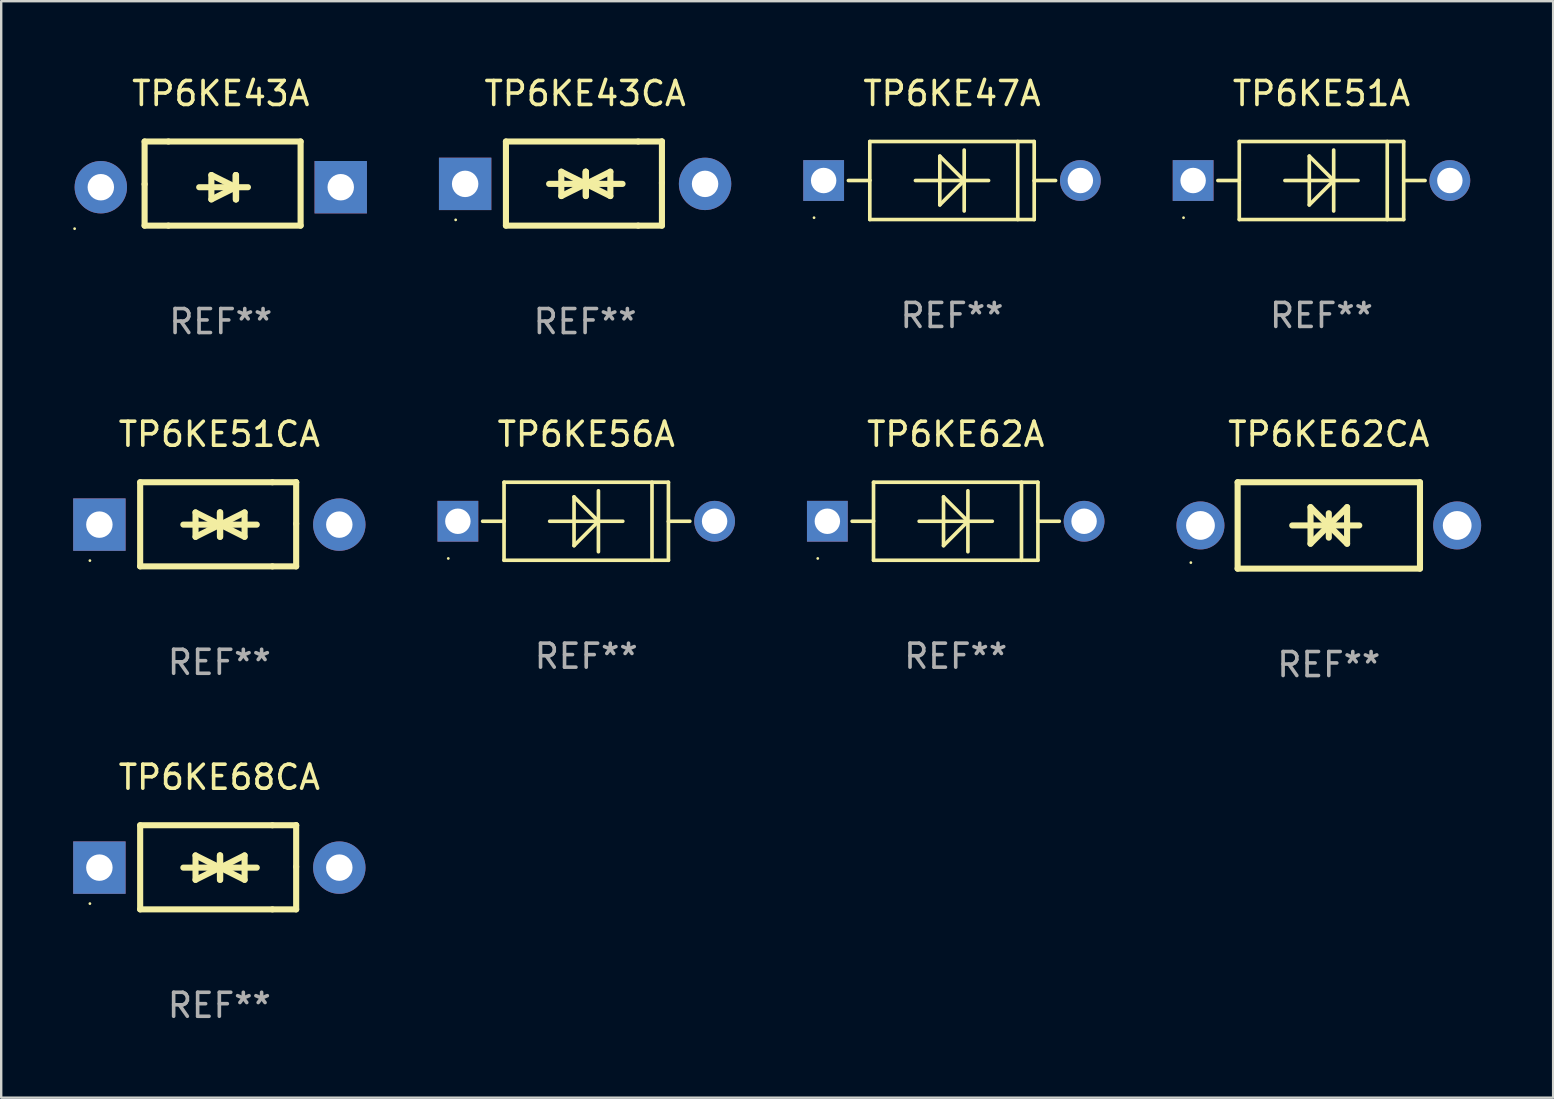
<source format=kicad_pcb>
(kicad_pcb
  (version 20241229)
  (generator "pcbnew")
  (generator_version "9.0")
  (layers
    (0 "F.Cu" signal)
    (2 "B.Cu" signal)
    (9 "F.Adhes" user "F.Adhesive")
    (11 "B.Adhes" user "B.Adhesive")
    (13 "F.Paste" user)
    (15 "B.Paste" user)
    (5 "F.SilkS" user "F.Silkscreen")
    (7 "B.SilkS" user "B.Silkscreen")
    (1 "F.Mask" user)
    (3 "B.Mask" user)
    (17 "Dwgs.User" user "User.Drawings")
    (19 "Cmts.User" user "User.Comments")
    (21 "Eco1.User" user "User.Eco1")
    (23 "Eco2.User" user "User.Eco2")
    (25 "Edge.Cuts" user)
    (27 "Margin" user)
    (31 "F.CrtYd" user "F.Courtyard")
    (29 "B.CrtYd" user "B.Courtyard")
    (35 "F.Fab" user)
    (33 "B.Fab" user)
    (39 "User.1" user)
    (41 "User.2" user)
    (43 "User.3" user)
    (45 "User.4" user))
  (footprint "TP6KE43CA"
    (layer "F.Cu")
    (at 21.337 4.601)
    (property "Reference" "TP6KE43CA" (at 0 -3.753 0) (layer "F.SilkS") (effects (font (size 1 1) (thickness 0.15))))
    (attr through_hole)
    (fp_line (start -3.3 -1.753) (end 2.212 -1.753) (stroke (width 0.254) (type solid)) (layer "F.SilkS"))
    (fp_line (start -3.3 1.753) (end -3.3 -1.753) (stroke (width 0.254) (type solid)) (layer "F.SilkS"))
    (fp_line (start -1.5 0.013) (end 0.532 0.013) (stroke (width 0.254) (type solid)) (layer "F.SilkS"))
    (fp_line (start -0.992 -0.495) (end -0.992 0.521) (stroke (width 0.254) (type solid)) (layer "F.SilkS"))
    (fp_line (start -0.992 0.521) (end 0.024 0.013) (stroke (width 0.254) (type solid)) (layer "F.SilkS"))
    (fp_line (start 0.024 -0.495) (end 0.024 0.521) (stroke (width 0.254) (type solid)) (layer "F.SilkS"))
    (fp_line (start 0.024 0.013) (end -0.992 -0.495) (stroke (width 0.254) (type solid)) (layer "F.SilkS"))
    (fp_line (start 0.024 0.013) (end 0.024 -0.495) (stroke (width 0.254) (type solid)) (layer "F.SilkS"))
    (fp_line (start 0.036 0.013) (end 1.052 0.521) (stroke (width 0.254) (type solid)) (layer "F.SilkS"))
    (fp_line (start 0.036 0.521) (end 0.036 -0.495) (stroke (width 0.254) (type solid)) (layer "F.SilkS"))
    (fp_line (start 1.052 -0.495) (end 0.036 0.013) (stroke (width 0.254) (type solid)) (layer "F.SilkS"))
    (fp_line (start 1.052 0.521) (end 1.052 -0.495) (stroke (width 0.254) (type solid)) (layer "F.SilkS"))
    (fp_line (start 1.56 0.013) (end -0.472 0.013) (stroke (width 0.254) (type solid)) (layer "F.SilkS"))
    (fp_line (start 2.212 -1.753) (end 3.202 -1.753) (stroke (width 0.254) (type solid)) (layer "F.SilkS"))
    (fp_line (start 2.212 1.753) (end -3.3 1.753) (stroke (width 0.254) (type solid)) (layer "F.SilkS"))
    (fp_line (start 3.202 -1.753) (end 3.202 -1.753) (stroke (width 0.254) (type solid)) (layer "F.SilkS"))
    (fp_line (start 3.202 -1.753) (end 3.202 -0.025) (stroke (width 0.254) (type solid)) (layer "F.SilkS"))
    (fp_line (start 3.202 -0.025) (end 3.202 1.753) (stroke (width 0.254) (type solid)) (layer "F.SilkS"))
    (fp_line (start 3.202 1.753) (end 2.212 1.753) (stroke (width 0.254) (type solid)) (layer "F.SilkS"))
    (fp_circle (center -5.395 1.513) (end -5.365 1.513) (stroke (width 0.06) (type solid)) (fill no) (layer "F.SilkS"))
    (fp_text user "REF**" (at 0 5.753 0) (layer "F.Fab") (effects (font (size 1 1) (thickness 0.15))))
    (pad "1" thru_hole rect (at -5 0.013 180) (size 2.184 2.184) (drill 1.102) (layers "*.Cu" "*.Mask"))
    (pad "2" thru_hole circle (at 5 0.013) (size 2.184 2.184) (drill 1.102) (layers "*.Cu" "*.Mask")))
  (footprint "TP6KE51A"
    (layer "F.Cu")
    (at 52.029 4.474)
    (property "Reference" "TP6KE51A" (at 0 -3.626 0) (layer "F.SilkS") (effects (font (size 1 1) (thickness 0.15))))
    (attr through_hole)
    (fp_line (start -3.436 0) (end -4.318 0) (stroke (width 0.152) (type solid)) (layer "F.SilkS"))
    (fp_line (start -3.426 -0.01) (end -3.436 0) (stroke (width 0.152) (type solid)) (layer "F.SilkS"))
    (fp_line (start -3.426 -1.626) (end 3.426 -1.626) (stroke (width 0.152) (type solid)) (layer "F.SilkS"))
    (fp_line (start -3.426 1.626) (end -3.426 -1.626) (stroke (width 0.152) (type solid)) (layer "F.SilkS"))
    (fp_line (start -0.508 -1.016) (end 0.508 0) (stroke (width 0.152) (type solid)) (layer "F.SilkS"))
    (fp_line (start -0.508 1.016) (end -0.508 -1.016) (stroke (width 0.152) (type solid)) (layer "F.SilkS"))
    (fp_line (start 0.508 0) (end -0.508 1.016) (stroke (width 0.152) (type solid)) (layer "F.SilkS"))
    (fp_line (start 0.508 1.27) (end 0.508 -1.27) (stroke (width 0.152) (type solid)) (layer "F.SilkS"))
    (fp_line (start 1.524 0) (end -1.524 0) (stroke (width 0.152) (type solid)) (layer "F.SilkS"))
    (fp_line (start 2.741 1.626) (end 2.741 -1.626) (stroke (width 0.152) (type solid)) (layer "F.SilkS"))
    (fp_line (start 3.426 -1.626) (end 3.426 1.626) (stroke (width 0.152) (type solid)) (layer "F.SilkS"))
    (fp_line (start 3.426 0.01) (end 3.436 0) (stroke (width 0.152) (type solid)) (layer "F.SilkS"))
    (fp_line (start 3.426 1.626) (end -3.426 1.626) (stroke (width 0.152) (type solid)) (layer "F.SilkS"))
    (fp_line (start 3.436 0) (end 4.318 0) (stroke (width 0.152) (type solid)) (layer "F.SilkS"))
    (fp_circle (center -5.75 1.55) (end -5.72 1.55) (stroke (width 0.06) (type solid)) (fill no) (layer "F.SilkS"))
    (fp_text user "REF**" (at 0 5.626 0) (layer "F.Fab") (effects (font (size 1 1) (thickness 0.15))))
    (pad "1" thru_hole rect (at -5.35 0) (size 1.7 1.7) (drill 1.06) (layers "*.Cu" "*.Mask"))
    (pad "2" thru_hole circle (at 5.35 0) (size 1.7 1.7) (drill 1.06) (layers "*.Cu" "*.Mask")))
  (footprint "TP6KE56A"
    (layer "F.Cu")
    (at 21.384 18.676)
    (property "Reference" "TP6KE56A" (at 0 -3.626 0) (layer "F.SilkS") (effects (font (size 1 1) (thickness 0.15))))
    (attr through_hole)
    (fp_line (start -3.436 0) (end -4.318 0) (stroke (width 0.152) (type solid)) (layer "F.SilkS"))
    (fp_line (start -3.426 -0.01) (end -3.436 0) (stroke (width 0.152) (type solid)) (layer "F.SilkS"))
    (fp_line (start -3.426 -1.626) (end 3.426 -1.626) (stroke (width 0.152) (type solid)) (layer "F.SilkS"))
    (fp_line (start -3.426 1.626) (end -3.426 -1.626) (stroke (width 0.152) (type solid)) (layer "F.SilkS"))
    (fp_line (start -0.508 -1.016) (end 0.508 0) (stroke (width 0.152) (type solid)) (layer "F.SilkS"))
    (fp_line (start -0.508 1.016) (end -0.508 -1.016) (stroke (width 0.152) (type solid)) (layer "F.SilkS"))
    (fp_line (start 0.508 0) (end -0.508 1.016) (stroke (width 0.152) (type solid)) (layer "F.SilkS"))
    (fp_line (start 0.508 1.27) (end 0.508 -1.27) (stroke (width 0.152) (type solid)) (layer "F.SilkS"))
    (fp_line (start 1.524 0) (end -1.524 0) (stroke (width 0.152) (type solid)) (layer "F.SilkS"))
    (fp_line (start 2.741 1.626) (end 2.741 -1.626) (stroke (width 0.152) (type solid)) (layer "F.SilkS"))
    (fp_line (start 3.426 -1.626) (end 3.426 1.626) (stroke (width 0.152) (type solid)) (layer "F.SilkS"))
    (fp_line (start 3.426 0.01) (end 3.436 0) (stroke (width 0.152) (type solid)) (layer "F.SilkS"))
    (fp_line (start 3.426 1.626) (end -3.426 1.626) (stroke (width 0.152) (type solid)) (layer "F.SilkS"))
    (fp_line (start 3.436 0) (end 4.318 0) (stroke (width 0.152) (type solid)) (layer "F.SilkS"))
    (fp_circle (center -5.75 1.55) (end -5.72 1.55) (stroke (width 0.06) (type solid)) (fill no) (layer "F.SilkS"))
    (fp_text user "REF**" (at 0 5.626 0) (layer "F.Fab") (effects (font (size 1 1) (thickness 0.15))))
    (pad "1" thru_hole rect (at -5.35 0) (size 1.7 1.7) (drill 1.06) (layers "*.Cu" "*.Mask"))
    (pad "2" thru_hole circle (at 5.35 0) (size 1.7 1.7) (drill 1.06) (layers "*.Cu" "*.Mask")))
  (footprint "TP6KE62CA"
    (layer "F.Cu")
    (at 52.334 18.85)
    (property "Reference" "TP6KE62CA" (at 0 -3.8 0) (layer "F.SilkS") (effects (font (size 1 1) (thickness 0.15))))
    (attr through_hole)
    (fp_line (start -3.8 -1.8) (end -3.8 1.8) (stroke (width 0.254) (type solid)) (layer "F.SilkS"))
    (fp_line (start -3.8 -1.8) (end 3.8 -1.8) (stroke (width 0.254) (type solid)) (layer "F.SilkS"))
    (fp_line (start -3.8 1.8) (end 3.8 1.8) (stroke (width 0.254) (type solid)) (layer "F.SilkS"))
    (fp_line (start -1.524 0) (end 1.27 0) (stroke (width 0.254) (type solid)) (layer "F.SilkS"))
    (fp_line (start -0.762 -0.762) (end 0.762 0.762) (stroke (width 0.254) (type solid)) (layer "F.SilkS"))
    (fp_line (start -0.762 0.762) (end -0.762 -0.762) (stroke (width 0.254) (type solid)) (layer "F.SilkS"))
    (fp_line (start 0 -0.508) (end 0 0.508) (stroke (width 0.254) (type solid)) (layer "F.SilkS"))
    (fp_line (start 0.762 -0.762) (end -0.762 0.762) (stroke (width 0.254) (type solid)) (layer "F.SilkS"))
    (fp_line (start 0.762 0.762) (end 0.762 -0.762) (stroke (width 0.254) (type solid)) (layer "F.SilkS"))
    (fp_line (start 3.8 -1.8) (end 3.8 1.8) (stroke (width 0.254) (type solid)) (layer "F.SilkS"))
    (fp_circle (center -5.75 1.55) (end -5.72 1.55) (stroke (width 0.06) (type solid)) (fill no) (layer "F.SilkS"))
    (fp_text user "REF**" (at 0 5.8 0) (layer "F.Fab") (effects (font (size 1 1) (thickness 0.15))))
    (pad "1" thru_hole circle (at -5.35 0) (size 2 2) (drill 1.2) (layers "*.Cu" "*.Mask"))
    (pad "2" thru_hole circle (at 5.35 0) (size 2 2) (drill 1.2) (layers "*.Cu" "*.Mask")))
  (footprint "TP6KE47A"
    (layer "F.Cu")
    (at 36.629 4.474)
    (property "Reference" "TP6KE47A" (at 0 -3.626 0) (layer "F.SilkS") (effects (font (size 1 1) (thickness 0.15))))
    (attr through_hole)
    (fp_line (start -3.436 0) (end -4.318 0) (stroke (width 0.152) (type solid)) (layer "F.SilkS"))
    (fp_line (start -3.426 -0.01) (end -3.436 0) (stroke (width 0.152) (type solid)) (layer "F.SilkS"))
    (fp_line (start -3.426 -1.626) (end 3.426 -1.626) (stroke (width 0.152) (type solid)) (layer "F.SilkS"))
    (fp_line (start -3.426 1.626) (end -3.426 -1.626) (stroke (width 0.152) (type solid)) (layer "F.SilkS"))
    (fp_line (start -0.508 -1.016) (end 0.508 0) (stroke (width 0.152) (type solid)) (layer "F.SilkS"))
    (fp_line (start -0.508 1.016) (end -0.508 -1.016) (stroke (width 0.152) (type solid)) (layer "F.SilkS"))
    (fp_line (start 0.508 0) (end -0.508 1.016) (stroke (width 0.152) (type solid)) (layer "F.SilkS"))
    (fp_line (start 0.508 1.27) (end 0.508 -1.27) (stroke (width 0.152) (type solid)) (layer "F.SilkS"))
    (fp_line (start 1.524 0) (end -1.524 0) (stroke (width 0.152) (type solid)) (layer "F.SilkS"))
    (fp_line (start 2.741 1.626) (end 2.741 -1.626) (stroke (width 0.152) (type solid)) (layer "F.SilkS"))
    (fp_line (start 3.426 -1.626) (end 3.426 1.626) (stroke (width 0.152) (type solid)) (layer "F.SilkS"))
    (fp_line (start 3.426 0.01) (end 3.436 0) (stroke (width 0.152) (type solid)) (layer "F.SilkS"))
    (fp_line (start 3.426 1.626) (end -3.426 1.626) (stroke (width 0.152) (type solid)) (layer "F.SilkS"))
    (fp_line (start 3.436 0) (end 4.318 0) (stroke (width 0.152) (type solid)) (layer "F.SilkS"))
    (fp_circle (center -5.75 1.55) (end -5.72 1.55) (stroke (width 0.06) (type solid)) (fill no) (layer "F.SilkS"))
    (fp_text user "REF**" (at 0 5.626 0) (layer "F.Fab") (effects (font (size 1 1) (thickness 0.15))))
    (pad "1" thru_hole rect (at -5.35 0) (size 1.7 1.7) (drill 1.06) (layers "*.Cu" "*.Mask"))
    (pad "2" thru_hole circle (at 5.35 0) (size 1.7 1.7) (drill 1.06) (layers "*.Cu" "*.Mask")))
  (footprint "TP6KE43A"
    (layer "F.Cu")
    (at 6.152 4.601)
    (property "Reference" "TP6KE43A" (at 0 -3.753 0) (layer "F.SilkS") (effects (font (size 1 1) (thickness 0.15))))
    (attr through_hole)
    (fp_line (start -3.175 -1.753) (end -2.184 -1.753) (stroke (width 0.254) (type solid)) (layer "F.SilkS"))
    (fp_line (start -3.175 0.025) (end -3.175 -1.753) (stroke (width 0.254) (type solid)) (layer "F.SilkS"))
    (fp_line (start -3.175 1.753) (end -3.175 0.025) (stroke (width 0.254) (type solid)) (layer "F.SilkS"))
    (fp_line (start -2.184 -1.753) (end 3.327 -1.753) (stroke (width 0.254) (type solid)) (layer "F.SilkS"))
    (fp_line (start -2.184 1.753) (end -3.175 1.753) (stroke (width 0.254) (type solid)) (layer "F.SilkS"))
    (fp_line (start -0.9 0.152) (end 1.132 0.152) (stroke (width 0.254) (type solid)) (layer "F.SilkS"))
    (fp_line (start -0.392 -0.356) (end -0.392 0.66) (stroke (width 0.254) (type solid)) (layer "F.SilkS"))
    (fp_line (start -0.392 0.66) (end 0.624 0.152) (stroke (width 0.254) (type solid)) (layer "F.SilkS"))
    (fp_line (start 0.624 -0.356) (end 0.624 0.66) (stroke (width 0.254) (type solid)) (layer "F.SilkS"))
    (fp_line (start 0.624 0.152) (end -0.392 -0.356) (stroke (width 0.254) (type solid)) (layer "F.SilkS"))
    (fp_line (start 0.624 0.152) (end 0.624 -0.356) (stroke (width 0.254) (type solid)) (layer "F.SilkS"))
    (fp_line (start 0.636 0.152) (end 0.636 0.66) (stroke (width 0.254) (type solid)) (layer "F.SilkS"))
    (fp_line (start 0.636 0.66) (end 0.636 -0.356) (stroke (width 0.254) (type solid)) (layer "F.SilkS"))
    (fp_line (start 3.327 -1.753) (end 3.327 1.753) (stroke (width 0.254) (type solid)) (layer "F.SilkS"))
    (fp_line (start 3.327 1.753) (end -2.184 1.753) (stroke (width 0.254) (type solid)) (layer "F.SilkS"))
    (fp_circle (center -6.092 1.88) (end -6.062 1.88) (stroke (width 0.06) (type solid)) (fill no) (layer "F.SilkS"))
    (fp_text user "REF**" (at 0 5.753 0) (layer "F.Fab") (effects (font (size 1 1) (thickness 0.15))))
    (pad "1" thru_hole circle (at -5 0.152) (size 2.184 2.184) (drill 1.102) (layers "*.Cu" "*.Mask"))
    (pad "2" thru_hole rect (at 5 0.152) (size 2.184 2.184) (drill 1.102) (layers "*.Cu" "*.Mask")))
  (footprint "TP6KE68CA"
    (layer "F.Cu")
    (at 6.092 33.099)
    (property "Reference" "TP6KE68CA" (at 0 -3.753 0) (layer "F.SilkS") (effects (font (size 1 1) (thickness 0.15))))
    (attr through_hole)
    (fp_line (start -3.3 -1.753) (end 2.212 -1.753) (stroke (width 0.254) (type solid)) (layer "F.SilkS"))
    (fp_line (start -3.3 1.753) (end -3.3 -1.753) (stroke (width 0.254) (type solid)) (layer "F.SilkS"))
    (fp_line (start -1.5 0.013) (end 0.532 0.013) (stroke (width 0.254) (type solid)) (layer "F.SilkS"))
    (fp_line (start -0.992 -0.495) (end -0.992 0.521) (stroke (width 0.254) (type solid)) (layer "F.SilkS"))
    (fp_line (start -0.992 0.521) (end 0.024 0.013) (stroke (width 0.254) (type solid)) (layer "F.SilkS"))
    (fp_line (start 0.024 -0.495) (end 0.024 0.521) (stroke (width 0.254) (type solid)) (layer "F.SilkS"))
    (fp_line (start 0.024 0.013) (end -0.992 -0.495) (stroke (width 0.254) (type solid)) (layer "F.SilkS"))
    (fp_line (start 0.024 0.013) (end 0.024 -0.495) (stroke (width 0.254) (type solid)) (layer "F.SilkS"))
    (fp_line (start 0.036 0.013) (end 1.052 0.521) (stroke (width 0.254) (type solid)) (layer "F.SilkS"))
    (fp_line (start 0.036 0.521) (end 0.036 -0.495) (stroke (width 0.254) (type solid)) (layer "F.SilkS"))
    (fp_line (start 1.052 -0.495) (end 0.036 0.013) (stroke (width 0.254) (type solid)) (layer "F.SilkS"))
    (fp_line (start 1.052 0.521) (end 1.052 -0.495) (stroke (width 0.254) (type solid)) (layer "F.SilkS"))
    (fp_line (start 1.56 0.013) (end -0.472 0.013) (stroke (width 0.254) (type solid)) (layer "F.SilkS"))
    (fp_line (start 2.212 -1.753) (end 3.202 -1.753) (stroke (width 0.254) (type solid)) (layer "F.SilkS"))
    (fp_line (start 2.212 1.753) (end -3.3 1.753) (stroke (width 0.254) (type solid)) (layer "F.SilkS"))
    (fp_line (start 3.202 -1.753) (end 3.202 -1.753) (stroke (width 0.254) (type solid)) (layer "F.SilkS"))
    (fp_line (start 3.202 -1.753) (end 3.202 -0.025) (stroke (width 0.254) (type solid)) (layer "F.SilkS"))
    (fp_line (start 3.202 -0.025) (end 3.202 1.753) (stroke (width 0.254) (type solid)) (layer "F.SilkS"))
    (fp_line (start 3.202 1.753) (end 2.212 1.753) (stroke (width 0.254) (type solid)) (layer "F.SilkS"))
    (fp_circle (center -5.395 1.513) (end -5.365 1.513) (stroke (width 0.06) (type solid)) (fill no) (layer "F.SilkS"))
    (fp_text user "REF**" (at 0 5.753 0) (layer "F.Fab") (effects (font (size 1 1) (thickness 0.15))))
    (pad "1" thru_hole rect (at -5 0.013 180) (size 2.184 2.184) (drill 1.102) (layers "*.Cu" "*.Mask"))
    (pad "2" thru_hole circle (at 5 0.013) (size 2.184 2.184) (drill 1.102) (layers "*.Cu" "*.Mask")))
  (footprint "TP6KE62A"
    (layer "F.Cu")
    (at 36.784 18.676)
    (property "Reference" "TP6KE62A" (at 0 -3.626 0) (layer "F.SilkS") (effects (font (size 1 1) (thickness 0.15))))
    (attr through_hole)
    (fp_line (start -3.436 0) (end -4.318 0) (stroke (width 0.152) (type solid)) (layer "F.SilkS"))
    (fp_line (start -3.426 -0.01) (end -3.436 0) (stroke (width 0.152) (type solid)) (layer "F.SilkS"))
    (fp_line (start -3.426 -1.626) (end 3.426 -1.626) (stroke (width 0.152) (type solid)) (layer "F.SilkS"))
    (fp_line (start -3.426 1.626) (end -3.426 -1.626) (stroke (width 0.152) (type solid)) (layer "F.SilkS"))
    (fp_line (start -0.508 -1.016) (end 0.508 0) (stroke (width 0.152) (type solid)) (layer "F.SilkS"))
    (fp_line (start -0.508 1.016) (end -0.508 -1.016) (stroke (width 0.152) (type solid)) (layer "F.SilkS"))
    (fp_line (start 0.508 0) (end -0.508 1.016) (stroke (width 0.152) (type solid)) (layer "F.SilkS"))
    (fp_line (start 0.508 1.27) (end 0.508 -1.27) (stroke (width 0.152) (type solid)) (layer "F.SilkS"))
    (fp_line (start 1.524 0) (end -1.524 0) (stroke (width 0.152) (type solid)) (layer "F.SilkS"))
    (fp_line (start 2.741 1.626) (end 2.741 -1.626) (stroke (width 0.152) (type solid)) (layer "F.SilkS"))
    (fp_line (start 3.426 -1.626) (end 3.426 1.626) (stroke (width 0.152) (type solid)) (layer "F.SilkS"))
    (fp_line (start 3.426 0.01) (end 3.436 0) (stroke (width 0.152) (type solid)) (layer "F.SilkS"))
    (fp_line (start 3.426 1.626) (end -3.426 1.626) (stroke (width 0.152) (type solid)) (layer "F.SilkS"))
    (fp_line (start 3.436 0) (end 4.318 0) (stroke (width 0.152) (type solid)) (layer "F.SilkS"))
    (fp_circle (center -5.75 1.55) (end -5.72 1.55) (stroke (width 0.06) (type solid)) (fill no) (layer "F.SilkS"))
    (fp_text user "REF**" (at 0 5.626 0) (layer "F.Fab") (effects (font (size 1 1) (thickness 0.15))))
    (pad "1" thru_hole rect (at -5.35 0) (size 1.7 1.7) (drill 1.06) (layers "*.Cu" "*.Mask"))
    (pad "2" thru_hole circle (at 5.35 0) (size 1.7 1.7) (drill 1.06) (layers "*.Cu" "*.Mask")))
  (footprint "TP6KE51CA"
    (layer "F.Cu")
    (at 6.092 18.803)
    (property "Reference" "TP6KE51CA" (at 0 -3.753 0) (layer "F.SilkS") (effects (font (size 1 1) (thickness 0.15))))
    (attr through_hole)
    (fp_line (start -3.3 -1.753) (end 2.212 -1.753) (stroke (width 0.254) (type solid)) (layer "F.SilkS"))
    (fp_line (start -3.3 1.753) (end -3.3 -1.753) (stroke (width 0.254) (type solid)) (layer "F.SilkS"))
    (fp_line (start -1.5 0.013) (end 0.532 0.013) (stroke (width 0.254) (type solid)) (layer "F.SilkS"))
    (fp_line (start -0.992 -0.495) (end -0.992 0.521) (stroke (width 0.254) (type solid)) (layer "F.SilkS"))
    (fp_line (start -0.992 0.521) (end 0.024 0.013) (stroke (width 0.254) (type solid)) (layer "F.SilkS"))
    (fp_line (start 0.024 -0.495) (end 0.024 0.521) (stroke (width 0.254) (type solid)) (layer "F.SilkS"))
    (fp_line (start 0.024 0.013) (end -0.992 -0.495) (stroke (width 0.254) (type solid)) (layer "F.SilkS"))
    (fp_line (start 0.024 0.013) (end 0.024 -0.495) (stroke (width 0.254) (type solid)) (layer "F.SilkS"))
    (fp_line (start 0.036 0.013) (end 1.052 0.521) (stroke (width 0.254) (type solid)) (layer "F.SilkS"))
    (fp_line (start 0.036 0.521) (end 0.036 -0.495) (stroke (width 0.254) (type solid)) (layer "F.SilkS"))
    (fp_line (start 1.052 -0.495) (end 0.036 0.013) (stroke (width 0.254) (type solid)) (layer "F.SilkS"))
    (fp_line (start 1.052 0.521) (end 1.052 -0.495) (stroke (width 0.254) (type solid)) (layer "F.SilkS"))
    (fp_line (start 1.56 0.013) (end -0.472 0.013) (stroke (width 0.254) (type solid)) (layer "F.SilkS"))
    (fp_line (start 2.212 -1.753) (end 3.202 -1.753) (stroke (width 0.254) (type solid)) (layer "F.SilkS"))
    (fp_line (start 2.212 1.753) (end -3.3 1.753) (stroke (width 0.254) (type solid)) (layer "F.SilkS"))
    (fp_line (start 3.202 -1.753) (end 3.202 -1.753) (stroke (width 0.254) (type solid)) (layer "F.SilkS"))
    (fp_line (start 3.202 -1.753) (end 3.202 -0.025) (stroke (width 0.254) (type solid)) (layer "F.SilkS"))
    (fp_line (start 3.202 -0.025) (end 3.202 1.753) (stroke (width 0.254) (type solid)) (layer "F.SilkS"))
    (fp_line (start 3.202 1.753) (end 2.212 1.753) (stroke (width 0.254) (type solid)) (layer "F.SilkS"))
    (fp_circle (center -5.395 1.513) (end -5.365 1.513) (stroke (width 0.06) (type solid)) (fill no) (layer "F.SilkS"))
    (fp_text user "REF**" (at 0 5.753 0) (layer "F.Fab") (effects (font (size 1 1) (thickness 0.15))))
    (pad "1" thru_hole rect (at -5 0.013 180) (size 2.184 2.184) (drill 1.102) (layers "*.Cu" "*.Mask"))
    (pad "2" thru_hole circle (at 5 0.013) (size 2.184 2.184) (drill 1.102) (layers "*.Cu" "*.Mask")))
  (gr_rect
    (start -3 -3)
    (end 61.684 42.7)
    (stroke (width 0.1) (type default))
    (fill no)
    (layer "Edge.Cuts")))
</source>
